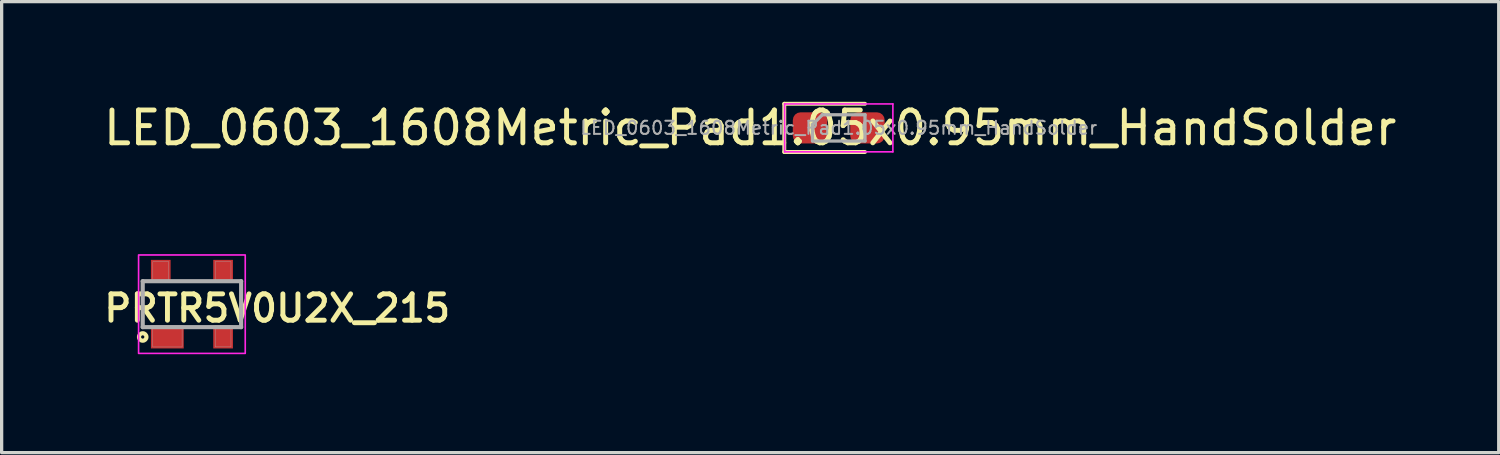
<source format=kicad_pcb>
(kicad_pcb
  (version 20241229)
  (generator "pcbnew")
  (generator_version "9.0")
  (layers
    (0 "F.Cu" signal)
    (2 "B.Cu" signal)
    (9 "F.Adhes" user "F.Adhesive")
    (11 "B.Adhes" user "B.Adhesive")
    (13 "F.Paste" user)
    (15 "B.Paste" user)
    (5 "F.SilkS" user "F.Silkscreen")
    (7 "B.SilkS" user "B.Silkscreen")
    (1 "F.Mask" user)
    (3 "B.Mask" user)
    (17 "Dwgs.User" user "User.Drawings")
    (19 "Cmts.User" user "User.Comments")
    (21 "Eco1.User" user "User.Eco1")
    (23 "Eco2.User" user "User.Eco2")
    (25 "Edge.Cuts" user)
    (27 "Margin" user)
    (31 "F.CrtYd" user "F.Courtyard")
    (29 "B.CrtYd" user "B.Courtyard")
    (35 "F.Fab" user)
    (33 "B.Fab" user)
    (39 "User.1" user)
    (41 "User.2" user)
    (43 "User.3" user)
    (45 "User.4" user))
  (footprint "PRTR5V0U2X_215"
    (layer "F.Cu")
    (at 2.8 6.221)
    (property "Reference" "PRTR5V0U2X_215" (at 2.6 0.125 0) (layer "F.SilkS") (effects (font (size 0.803 0.803) (thickness 0.15))))
    (attr smd)
    (fp_circle (center -1.5 1) (end -1.45 1) (stroke (width 0.127) (type solid)) (fill no) (layer "F.SilkS"))
    (fp_poly (pts (xy -1.202 -1.3) (xy -0.7 -1.3) (xy -0.7 -0.701) (xy -1.202 -0.701)) (stroke (width 0.01) (type solid)) (fill yes) (layer "F.Paste"))
    (fp_poly (pts (xy -1.202 0.7) (xy -0.3 0.7) (xy -0.3 1.302) (xy -1.202 1.302)) (stroke (width 0.01) (type solid)) (fill yes) (layer "F.Paste"))
    (fp_poly (pts (xy 0.701 0.7) (xy 1.2 0.7) (xy 1.2 1.301) (xy 0.701 1.301)) (stroke (width 0.01) (type solid)) (fill yes) (layer "F.Paste"))
    (fp_poly (pts (xy 0.701 -1.3) (xy 1.2 -1.3) (xy 1.2 -0.701) (xy 0.701 -0.701)) (stroke (width 0.01) (type solid)) (fill yes) (layer "F.Paste"))
    (fp_poly (pts (xy -1.626 -1.5) (xy 1.625 -1.5) (xy 1.625 1.501) (xy -1.626 1.501)) (stroke (width 0.05) (type solid)) (fill no) (layer "F.CrtYd"))
    (fp_line (start -1.5 -0.7) (end 1.5 -0.7) (stroke (width 0.127) (type solid)) (layer "F.Fab"))
    (fp_line (start -1.5 0.7) (end -1.5 -0.7) (stroke (width 0.127) (type solid)) (layer "F.Fab"))
    (fp_line (start 1.5 -0.7) (end 1.5 0.7) (stroke (width 0.127) (type solid)) (layer "F.Fab"))
    (fp_line (start 1.5 0.7) (end -1.5 0.7) (stroke (width 0.127) (type solid)) (layer "F.Fab"))
    (fp_poly (pts (xy -1.194 0.65) (xy -0.3 0.65) (xy -0.3 1.304) (xy -1.194 1.304)) (stroke (width 0.01) (type solid)) (fill no) (layer "F.Fab"))
    (fp_poly (pts (xy -1.191 -1.3) (xy -0.71 -1.3) (xy -0.71 -0.651) (xy -1.191 -0.651)) (stroke (width 0.01) (type solid)) (fill no) (layer "F.Fab"))
    (fp_poly (pts (xy 0.711 0.65) (xy 1.19 0.65) (xy 1.19 1.303) (xy 0.711 1.303)) (stroke (width 0.01) (type solid)) (fill no) (layer "F.Fab"))
    (fp_poly (pts (xy 0.712 -1.3) (xy 1.19 -1.3) (xy 1.19 -0.652) (xy 0.712 -0.652)) (stroke (width 0.01) (type solid)) (fill no) (layer "F.Fab"))
    (pad "1" smd rect (at -0.75 1) (size 1 0.7) (layers "F.Cu" "F.Mask" "F.Paste"))
    (pad "2" smd rect (at 0.95 1) (size 0.6 0.7) (layers "F.Cu" "F.Mask" "F.Paste"))
    (pad "3" smd rect (at 0.95 -1) (size 0.6 0.7) (layers "F.Cu" "F.Mask" "F.Paste"))
    (pad "4" smd rect (at -0.95 -1) (size 0.6 0.7) (layers "F.Cu" "F.Mask" "F.Paste")))
  (footprint "LED_0603_1608Metric_Pad1.05x0.95mm_HandSolder"
    (layer "F.Cu")
    (at 22.515 0.848)
    (property "Reference" "LED_0603_1608Metric_Pad1.05x0.95mm_HandSolder" (at -2.7 0 0) (layer "F.SilkS") (effects (font (size 1 1) (thickness 0.15))))
    (attr smd)
    (fp_line (start -1.66 -0.735) (end -1.66 0.735) (stroke (width 0.12) (type solid)) (layer "F.SilkS"))
    (fp_line (start -1.66 0.735) (end 0.8 0.735) (stroke (width 0.12) (type solid)) (layer "F.SilkS"))
    (fp_line (start 0.8 -0.735) (end -1.66 -0.735) (stroke (width 0.12) (type solid)) (layer "F.SilkS"))
    (fp_line (start -1.65 -0.73) (end 1.65 -0.73) (stroke (width 0.05) (type solid)) (layer "F.CrtYd"))
    (fp_line (start -1.65 0.73) (end -1.65 -0.73) (stroke (width 0.05) (type solid)) (layer "F.CrtYd"))
    (fp_line (start 1.65 -0.73) (end 1.65 0.73) (stroke (width 0.05) (type solid)) (layer "F.CrtYd"))
    (fp_line (start 1.65 0.73) (end -1.65 0.73) (stroke (width 0.05) (type solid)) (layer "F.CrtYd"))
    (fp_line (start -0.8 -0.1) (end -0.8 0.4) (stroke (width 0.1) (type solid)) (layer "F.Fab"))
    (fp_line (start -0.8 0.4) (end 0.8 0.4) (stroke (width 0.1) (type solid)) (layer "F.Fab"))
    (fp_line (start -0.5 -0.4) (end -0.8 -0.1) (stroke (width 0.1) (type solid)) (layer "F.Fab"))
    (fp_line (start 0.8 -0.4) (end -0.5 -0.4) (stroke (width 0.1) (type solid)) (layer "F.Fab"))
    (fp_line (start 0.8 0.4) (end 0.8 -0.4) (stroke (width 0.1) (type solid)) (layer "F.Fab"))
    (fp_text user "${REFERENCE}" (at 0 0 0) (layer "F.Fab") (effects (font (size 0.4 0.4) (thickness 0.06))))
    (pad "1" smd roundrect (at -0.875 0) (size 1.05 0.95) (layers "F.Cu" "F.Mask" "F.Paste") (roundrect_rratio 0.25))
    (pad "2" smd roundrect (at 0.875 0) (size 1.05 0.95) (layers "F.Cu" "F.Mask" "F.Paste") (roundrect_rratio 0.25)))
  (gr_rect
    (start -3 -3)
    (end 42.631 10.747)
    (stroke (width 0.1) (type default))
    (fill no)
    (layer "Edge.Cuts")))
</source>
